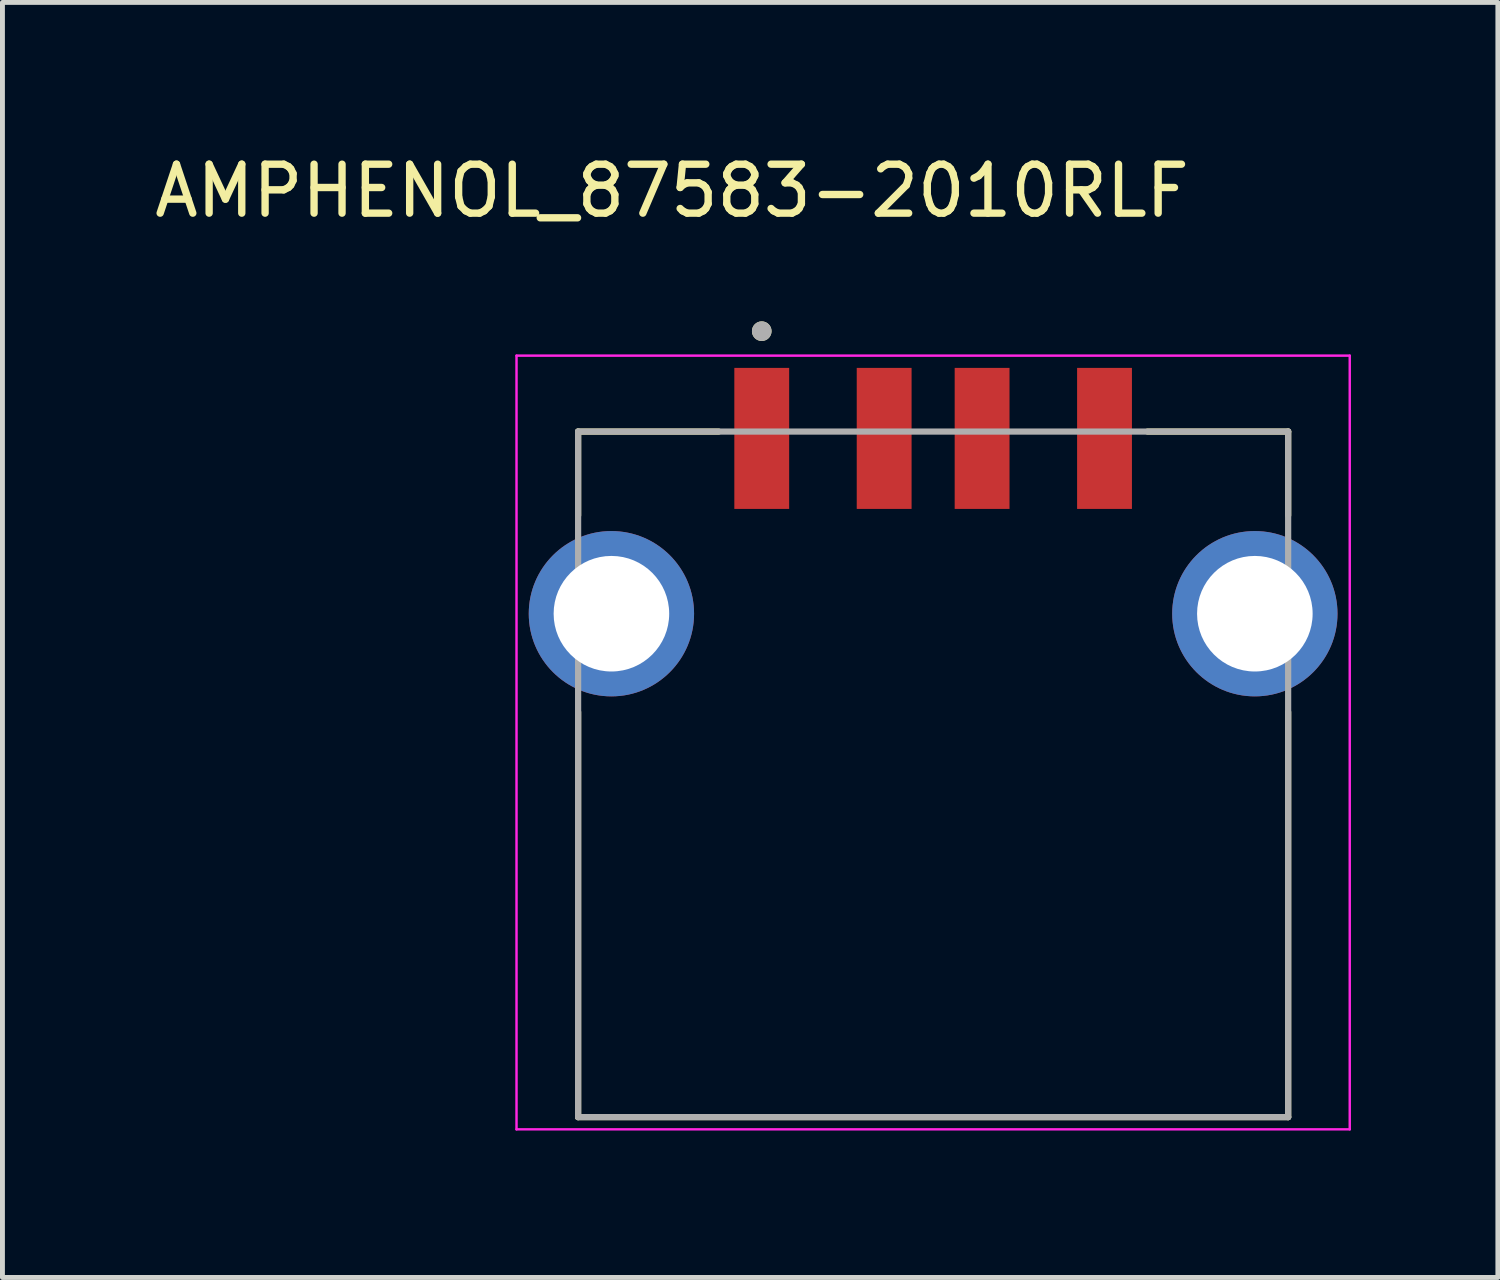
<source format=kicad_pcb>
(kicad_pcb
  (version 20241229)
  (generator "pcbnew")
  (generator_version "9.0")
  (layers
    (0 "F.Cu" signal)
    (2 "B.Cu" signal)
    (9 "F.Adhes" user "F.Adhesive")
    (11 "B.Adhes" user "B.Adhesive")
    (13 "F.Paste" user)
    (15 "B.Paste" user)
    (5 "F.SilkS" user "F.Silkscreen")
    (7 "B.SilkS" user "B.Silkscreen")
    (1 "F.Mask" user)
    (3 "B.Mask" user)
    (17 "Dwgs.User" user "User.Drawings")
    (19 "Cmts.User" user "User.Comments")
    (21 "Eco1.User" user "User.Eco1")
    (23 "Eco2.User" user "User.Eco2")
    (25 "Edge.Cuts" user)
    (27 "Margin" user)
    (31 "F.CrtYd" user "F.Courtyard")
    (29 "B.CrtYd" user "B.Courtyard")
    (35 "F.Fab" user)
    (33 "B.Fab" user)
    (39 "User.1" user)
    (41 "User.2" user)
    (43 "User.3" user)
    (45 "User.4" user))
  (footprint "AMPHENOL_87583-2010RLF"
    (layer "F.Cu")
    (at 16.006 9.483)
    (property "Reference" "AMPHENOL_87583-2010RLF" (at -5.333 -8.635 0) (layer "F.SilkS") (effects (font (size 1 1) (thickness 0.15))))
    (attr smd)
    (fp_line (start -7.25 -3.72) (end -7.25 -2.008) (stroke (width 0.127) (type solid)) (layer "F.SilkS"))
    (fp_line (start -7.25 -3.72) (end -4.38 -3.72) (stroke (width 0.127) (type solid)) (layer "F.SilkS"))
    (fp_line (start -7.25 10.28) (end -7.25 2.008) (stroke (width 0.127) (type solid)) (layer "F.SilkS"))
    (fp_line (start -7.25 10.28) (end 7.25 10.28) (stroke (width 0.127) (type solid)) (layer "F.SilkS"))
    (fp_line (start 4.38 -3.72) (end 7.25 -3.72) (stroke (width 0.127) (type solid)) (layer "F.SilkS"))
    (fp_line (start 7.25 -3.72) (end 7.25 -2.008) (stroke (width 0.127) (type solid)) (layer "F.SilkS"))
    (fp_line (start 7.25 10.28) (end 7.25 2.008) (stroke (width 0.127) (type solid)) (layer "F.SilkS"))
    (fp_circle (center -3.5 -5.77) (end -3.4 -5.77) (stroke (width 0.2) (type solid)) (fill no) (layer "F.SilkS"))
    (fp_line (start -8.508 -5.27) (end -8.508 10.53) (stroke (width 0.05) (type solid)) (layer "F.CrtYd"))
    (fp_line (start -8.508 10.53) (end 8.508 10.53) (stroke (width 0.05) (type solid)) (layer "F.CrtYd"))
    (fp_line (start 8.508 -5.27) (end -8.508 -5.27) (stroke (width 0.05) (type solid)) (layer "F.CrtYd"))
    (fp_line (start 8.508 10.53) (end 8.508 -5.27) (stroke (width 0.05) (type solid)) (layer "F.CrtYd"))
    (fp_line (start -7.25 -3.72) (end -7.25 10.28) (stroke (width 0.127) (type solid)) (layer "F.Fab"))
    (fp_line (start -7.25 -3.72) (end 7.25 -3.72) (stroke (width 0.127) (type solid)) (layer "F.Fab"))
    (fp_line (start -7.25 10.28) (end 7.25 10.28) (stroke (width 0.127) (type solid)) (layer "F.Fab"))
    (fp_line (start 7.25 -3.72) (end 7.25 10.28) (stroke (width 0.127) (type solid)) (layer "F.Fab"))
    (fp_circle (center -3.5 -5.77) (end -3.4 -5.77) (stroke (width 0.2) (type solid)) (fill no) (layer "F.Fab"))
    (pad "01" smd rect (at -3.5 -3.58) (size 1.12 2.88) (layers "F.Cu" "F.Mask" "F.Paste"))
    (pad "02" smd rect (at -1 -3.58) (size 1.12 2.88) (layers "F.Cu" "F.Mask" "F.Paste"))
    (pad "03" smd rect (at 1 -3.58) (size 1.12 2.88) (layers "F.Cu" "F.Mask" "F.Paste"))
    (pad "04" smd rect (at 3.5 -3.58) (size 1.12 2.88) (layers "F.Cu" "F.Mask" "F.Paste"))
    (pad "S1" thru_hole circle (at -6.57 0) (size 3.376 3.376) (drill 2.36) (layers "*.Cu" "*.Mask"))
    (pad "S2" thru_hole circle (at 6.57 0) (size 3.376 3.376) (drill 2.36) (layers "*.Cu" "*.Mask")))
  (gr_rect
    (start -3 -3)
    (end 27.539 23.038)
    (stroke (width 0.1) (type default))
    (fill no)
    (layer "Edge.Cuts")))
</source>
